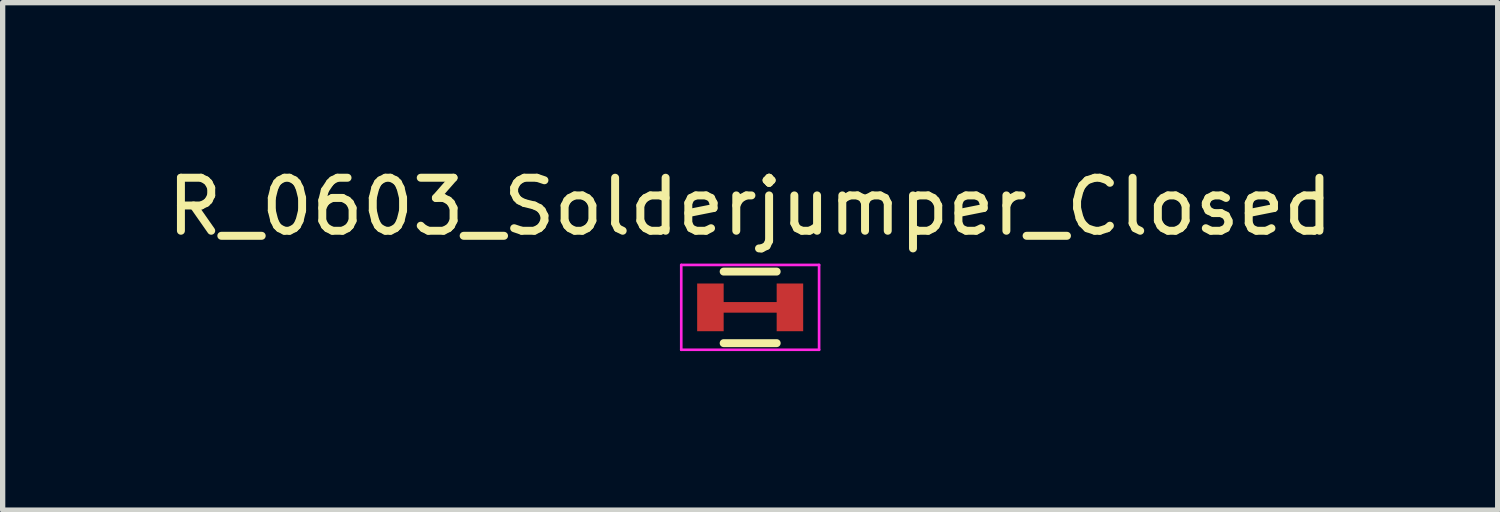
<source format=kicad_pcb>
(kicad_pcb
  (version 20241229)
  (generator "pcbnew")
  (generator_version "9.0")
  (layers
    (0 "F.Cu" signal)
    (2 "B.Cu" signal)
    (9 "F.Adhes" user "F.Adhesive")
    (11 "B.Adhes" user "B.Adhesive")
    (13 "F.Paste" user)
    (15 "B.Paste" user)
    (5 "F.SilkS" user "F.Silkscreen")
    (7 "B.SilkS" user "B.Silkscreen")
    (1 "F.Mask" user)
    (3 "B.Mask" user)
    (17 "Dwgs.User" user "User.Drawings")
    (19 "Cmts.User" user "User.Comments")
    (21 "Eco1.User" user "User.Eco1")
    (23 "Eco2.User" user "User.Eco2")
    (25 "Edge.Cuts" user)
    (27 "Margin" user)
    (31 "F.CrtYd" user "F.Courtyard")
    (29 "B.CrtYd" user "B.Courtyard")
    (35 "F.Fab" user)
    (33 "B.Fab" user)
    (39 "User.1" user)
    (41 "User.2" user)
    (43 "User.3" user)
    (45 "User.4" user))
  (footprint "R_0603_Solderjumper_Closed"
    (layer "F.Cu")
    (at 11.101 2.748)
    (property "Reference" "R_0603_Solderjumper_Closed" (at 0 -1.9 0) (layer "F.SilkS") (effects (font (size 1 1) (thickness 0.15))))
    (attr smd)
    (fp_poly (pts (xy -0.6 0.1) (xy -0.6 -0.1) (xy 0.6 -0.1) (xy 0.6 0.1)) (stroke (width 0) (type solid)) (fill yes) (layer "F.Cu"))
    (fp_line (start -0.5 -0.675) (end 0.5 -0.675) (stroke (width 0.15) (type solid)) (layer "F.SilkS"))
    (fp_line (start 0.5 0.675) (end -0.5 0.675) (stroke (width 0.15) (type solid)) (layer "F.SilkS"))
    (fp_line (start -1.3 -0.8) (end -1.3 0.8) (stroke (width 0.05) (type solid)) (layer "F.CrtYd"))
    (fp_line (start -1.3 -0.8) (end 1.3 -0.8) (stroke (width 0.05) (type solid)) (layer "F.CrtYd"))
    (fp_line (start -1.3 0.8) (end 1.3 0.8) (stroke (width 0.05) (type solid)) (layer "F.CrtYd"))
    (fp_line (start 1.3 -0.8) (end 1.3 0.8) (stroke (width 0.05) (type solid)) (layer "F.CrtYd"))
    (pad "1" smd rect (at -0.75 0) (size 0.5 0.9) (layers "F.Cu" "F.Mask" "F.Paste"))
    (pad "2" smd rect (at 0.75 0) (size 0.5 0.9) (layers "F.Cu" "F.Mask" "F.Paste")))
  (gr_rect
    (start -3 -3)
    (end 25.202 6.573)
    (stroke (width 0.1) (type default))
    (fill no)
    (layer "Edge.Cuts")))
</source>
